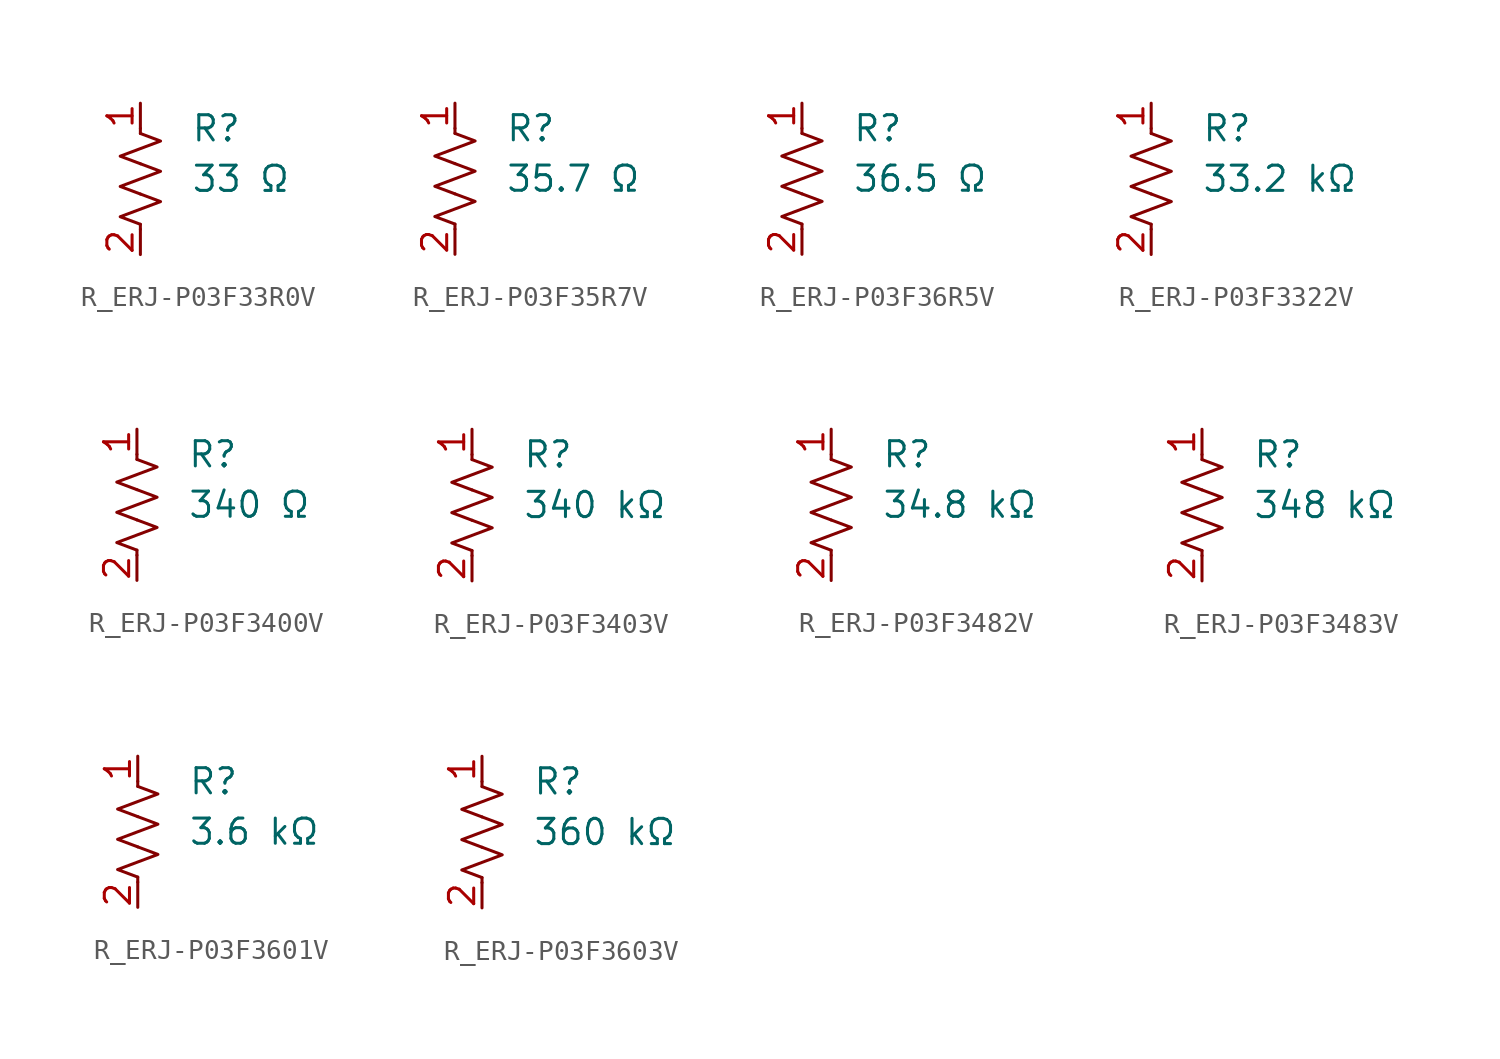
<source format=kicad_sym>
(kicad_symbol_lib
  (version 20231120)
  (generator "kicad_symbol_editor")
  (generator_version "8.0")
  (symbol "R_ERJ-P03F33R0V"
    (pin_names
      (offset 0.254))
    (property "Value" "33 Ω"
      (at 2.54 0 0)
      (effects (font (size 1.27 1.27)) (justify left)))
    (property "Reference" "R"
      (at 2.54 2.54 0)
      (effects (font (size 1.27 1.27)) (justify left)))
    (symbol "R_ERJ-P03F33R0V_0_1"
      (polyline (pts (xy 0 -2.286) (xy 0 -2.54)) (stroke (width 0) (type default)) (fill (type none)))
      (polyline (pts (xy 0 2.286) (xy 0 2.54)) (stroke (width 0) (type default)) (fill (type none)))
      (polyline (pts (xy 0 -0.762) (xy 1.016 -1.143) (xy 0 -1.524) (xy -1.016 -1.905) (xy 0 -2.286)) (stroke (width 0) (type default)) (fill (type none)))
      (polyline (pts (xy 0 0.762) (xy 1.016 0.381) (xy 0 0) (xy -1.016 -0.381) (xy 0 -0.762)) (stroke (width 0) (type default)) (fill (type none)))
      (polyline (pts (xy 0 2.286) (xy 1.016 1.905) (xy 0 1.524) (xy -1.016 1.143) (xy 0 0.762)) (stroke (width 0) (type default)) (fill (type none))))
    (symbol "R_ERJ-P03F33R0V_1_1"
      (pin passive line (at 0 3.81 270) (length 1.27) (name "~" (effects (font (size 1.27 1.27)))) (number "1" (effects (font (size 1.27 1.27)))))
      (pin passive line (at 0 -3.81 90) (length 1.27) (name "~" (effects (font (size 1.27 1.27)))) (number "2" (effects (font (size 1.27 1.27)))))))
  (symbol "R_ERJ-P03F35R7V"
    (pin_names
      (offset 0.254))
    (property "Value" "35.7 Ω"
      (at 2.54 0 0)
      (effects (font (size 1.27 1.27)) (justify left)))
    (property "Reference" "R"
      (at 2.54 2.54 0)
      (effects (font (size 1.27 1.27)) (justify left)))
    (symbol "R_ERJ-P03F35R7V_0_1"
      (polyline (pts (xy 0 -2.286) (xy 0 -2.54)) (stroke (width 0) (type default)) (fill (type none)))
      (polyline (pts (xy 0 2.286) (xy 0 2.54)) (stroke (width 0) (type default)) (fill (type none)))
      (polyline (pts (xy 0 -0.762) (xy 1.016 -1.143) (xy 0 -1.524) (xy -1.016 -1.905) (xy 0 -2.286)) (stroke (width 0) (type default)) (fill (type none)))
      (polyline (pts (xy 0 0.762) (xy 1.016 0.381) (xy 0 0) (xy -1.016 -0.381) (xy 0 -0.762)) (stroke (width 0) (type default)) (fill (type none)))
      (polyline (pts (xy 0 2.286) (xy 1.016 1.905) (xy 0 1.524) (xy -1.016 1.143) (xy 0 0.762)) (stroke (width 0) (type default)) (fill (type none))))
    (symbol "R_ERJ-P03F35R7V_1_1"
      (pin passive line (at 0 3.81 270) (length 1.27) (name "~" (effects (font (size 1.27 1.27)))) (number "1" (effects (font (size 1.27 1.27)))))
      (pin passive line (at 0 -3.81 90) (length 1.27) (name "~" (effects (font (size 1.27 1.27)))) (number "2" (effects (font (size 1.27 1.27)))))))
  (symbol "R_ERJ-P03F36R5V"
    (pin_names
      (offset 0.254))
    (property "Value" "36.5 Ω"
      (at 2.54 0 0)
      (effects (font (size 1.27 1.27)) (justify left)))
    (property "Reference" "R"
      (at 2.54 2.54 0)
      (effects (font (size 1.27 1.27)) (justify left)))
    (symbol "R_ERJ-P03F36R5V_0_1"
      (polyline (pts (xy 0 -2.286) (xy 0 -2.54)) (stroke (width 0) (type default)) (fill (type none)))
      (polyline (pts (xy 0 2.286) (xy 0 2.54)) (stroke (width 0) (type default)) (fill (type none)))
      (polyline (pts (xy 0 -0.762) (xy 1.016 -1.143) (xy 0 -1.524) (xy -1.016 -1.905) (xy 0 -2.286)) (stroke (width 0) (type default)) (fill (type none)))
      (polyline (pts (xy 0 0.762) (xy 1.016 0.381) (xy 0 0) (xy -1.016 -0.381) (xy 0 -0.762)) (stroke (width 0) (type default)) (fill (type none)))
      (polyline (pts (xy 0 2.286) (xy 1.016 1.905) (xy 0 1.524) (xy -1.016 1.143) (xy 0 0.762)) (stroke (width 0) (type default)) (fill (type none))))
    (symbol "R_ERJ-P03F36R5V_1_1"
      (pin passive line (at 0 3.81 270) (length 1.27) (name "~" (effects (font (size 1.27 1.27)))) (number "1" (effects (font (size 1.27 1.27)))))
      (pin passive line (at 0 -3.81 90) (length 1.27) (name "~" (effects (font (size 1.27 1.27)))) (number "2" (effects (font (size 1.27 1.27)))))))
  (symbol "R_ERJ-P03F3322V"
    (pin_names
      (offset 0.254))
    (property "Value" "33.2 kΩ"
      (at 2.54 0 0)
      (effects (font (size 1.27 1.27)) (justify left)))
    (property "Reference" "R"
      (at 2.54 2.54 0)
      (effects (font (size 1.27 1.27)) (justify left)))
    (symbol "R_ERJ-P03F3322V_0_1"
      (polyline (pts (xy 0 -2.286) (xy 0 -2.54)) (stroke (width 0) (type default)) (fill (type none)))
      (polyline (pts (xy 0 2.286) (xy 0 2.54)) (stroke (width 0) (type default)) (fill (type none)))
      (polyline (pts (xy 0 -0.762) (xy 1.016 -1.143) (xy 0 -1.524) (xy -1.016 -1.905) (xy 0 -2.286)) (stroke (width 0) (type default)) (fill (type none)))
      (polyline (pts (xy 0 0.762) (xy 1.016 0.381) (xy 0 0) (xy -1.016 -0.381) (xy 0 -0.762)) (stroke (width 0) (type default)) (fill (type none)))
      (polyline (pts (xy 0 2.286) (xy 1.016 1.905) (xy 0 1.524) (xy -1.016 1.143) (xy 0 0.762)) (stroke (width 0) (type default)) (fill (type none))))
    (symbol "R_ERJ-P03F3322V_1_1"
      (pin passive line (at 0 3.81 270) (length 1.27) (name "~" (effects (font (size 1.27 1.27)))) (number "1" (effects (font (size 1.27 1.27)))))
      (pin passive line (at 0 -3.81 90) (length 1.27) (name "~" (effects (font (size 1.27 1.27)))) (number "2" (effects (font (size 1.27 1.27)))))))
  (symbol "R_ERJ-P03F3400V"
    (pin_names
      (offset 0.254))
    (property "Value" "340 Ω"
      (at 2.54 0 0)
      (effects (font (size 1.27 1.27)) (justify left)))
    (property "Reference" "R"
      (at 2.54 2.54 0)
      (effects (font (size 1.27 1.27)) (justify left)))
    (symbol "R_ERJ-P03F3400V_0_1"
      (polyline (pts (xy 0 -2.286) (xy 0 -2.54)) (stroke (width 0) (type default)) (fill (type none)))
      (polyline (pts (xy 0 2.286) (xy 0 2.54)) (stroke (width 0) (type default)) (fill (type none)))
      (polyline (pts (xy 0 -0.762) (xy 1.016 -1.143) (xy 0 -1.524) (xy -1.016 -1.905) (xy 0 -2.286)) (stroke (width 0) (type default)) (fill (type none)))
      (polyline (pts (xy 0 0.762) (xy 1.016 0.381) (xy 0 0) (xy -1.016 -0.381) (xy 0 -0.762)) (stroke (width 0) (type default)) (fill (type none)))
      (polyline (pts (xy 0 2.286) (xy 1.016 1.905) (xy 0 1.524) (xy -1.016 1.143) (xy 0 0.762)) (stroke (width 0) (type default)) (fill (type none))))
    (symbol "R_ERJ-P03F3400V_1_1"
      (pin passive line (at 0 3.81 270) (length 1.27) (name "~" (effects (font (size 1.27 1.27)))) (number "1" (effects (font (size 1.27 1.27)))))
      (pin passive line (at 0 -3.81 90) (length 1.27) (name "~" (effects (font (size 1.27 1.27)))) (number "2" (effects (font (size 1.27 1.27)))))))
  (symbol "R_ERJ-P03F3403V"
    (pin_names
      (offset 0.254))
    (property "Value" "340 kΩ"
      (at 2.54 0 0)
      (effects (font (size 1.27 1.27)) (justify left)))
    (property "Reference" "R"
      (at 2.54 2.54 0)
      (effects (font (size 1.27 1.27)) (justify left)))
    (symbol "R_ERJ-P03F3403V_0_1"
      (polyline (pts (xy 0 -2.286) (xy 0 -2.54)) (stroke (width 0) (type default)) (fill (type none)))
      (polyline (pts (xy 0 2.286) (xy 0 2.54)) (stroke (width 0) (type default)) (fill (type none)))
      (polyline (pts (xy 0 -0.762) (xy 1.016 -1.143) (xy 0 -1.524) (xy -1.016 -1.905) (xy 0 -2.286)) (stroke (width 0) (type default)) (fill (type none)))
      (polyline (pts (xy 0 0.762) (xy 1.016 0.381) (xy 0 0) (xy -1.016 -0.381) (xy 0 -0.762)) (stroke (width 0) (type default)) (fill (type none)))
      (polyline (pts (xy 0 2.286) (xy 1.016 1.905) (xy 0 1.524) (xy -1.016 1.143) (xy 0 0.762)) (stroke (width 0) (type default)) (fill (type none))))
    (symbol "R_ERJ-P03F3403V_1_1"
      (pin passive line (at 0 3.81 270) (length 1.27) (name "~" (effects (font (size 1.27 1.27)))) (number "1" (effects (font (size 1.27 1.27)))))
      (pin passive line (at 0 -3.81 90) (length 1.27) (name "~" (effects (font (size 1.27 1.27)))) (number "2" (effects (font (size 1.27 1.27)))))))
  (symbol "R_ERJ-P03F3482V"
    (pin_names
      (offset 0.254))
    (property "Value" "34.8 kΩ"
      (at 2.54 0 0)
      (effects (font (size 1.27 1.27)) (justify left)))
    (property "Reference" "R"
      (at 2.54 2.54 0)
      (effects (font (size 1.27 1.27)) (justify left)))
    (symbol "R_ERJ-P03F3482V_0_1"
      (polyline (pts (xy 0 -2.286) (xy 0 -2.54)) (stroke (width 0) (type default)) (fill (type none)))
      (polyline (pts (xy 0 2.286) (xy 0 2.54)) (stroke (width 0) (type default)) (fill (type none)))
      (polyline (pts (xy 0 -0.762) (xy 1.016 -1.143) (xy 0 -1.524) (xy -1.016 -1.905) (xy 0 -2.286)) (stroke (width 0) (type default)) (fill (type none)))
      (polyline (pts (xy 0 0.762) (xy 1.016 0.381) (xy 0 0) (xy -1.016 -0.381) (xy 0 -0.762)) (stroke (width 0) (type default)) (fill (type none)))
      (polyline (pts (xy 0 2.286) (xy 1.016 1.905) (xy 0 1.524) (xy -1.016 1.143) (xy 0 0.762)) (stroke (width 0) (type default)) (fill (type none))))
    (symbol "R_ERJ-P03F3482V_1_1"
      (pin passive line (at 0 3.81 270) (length 1.27) (name "~" (effects (font (size 1.27 1.27)))) (number "1" (effects (font (size 1.27 1.27)))))
      (pin passive line (at 0 -3.81 90) (length 1.27) (name "~" (effects (font (size 1.27 1.27)))) (number "2" (effects (font (size 1.27 1.27)))))))
  (symbol "R_ERJ-P03F3483V"
    (pin_names
      (offset 0.254))
    (property "Value" "348 kΩ"
      (at 2.54 0 0)
      (effects (font (size 1.27 1.27)) (justify left)))
    (property "Reference" "R"
      (at 2.54 2.54 0)
      (effects (font (size 1.27 1.27)) (justify left)))
    (symbol "R_ERJ-P03F3483V_0_1"
      (polyline (pts (xy 0 -2.286) (xy 0 -2.54)) (stroke (width 0) (type default)) (fill (type none)))
      (polyline (pts (xy 0 2.286) (xy 0 2.54)) (stroke (width 0) (type default)) (fill (type none)))
      (polyline (pts (xy 0 -0.762) (xy 1.016 -1.143) (xy 0 -1.524) (xy -1.016 -1.905) (xy 0 -2.286)) (stroke (width 0) (type default)) (fill (type none)))
      (polyline (pts (xy 0 0.762) (xy 1.016 0.381) (xy 0 0) (xy -1.016 -0.381) (xy 0 -0.762)) (stroke (width 0) (type default)) (fill (type none)))
      (polyline (pts (xy 0 2.286) (xy 1.016 1.905) (xy 0 1.524) (xy -1.016 1.143) (xy 0 0.762)) (stroke (width 0) (type default)) (fill (type none))))
    (symbol "R_ERJ-P03F3483V_1_1"
      (pin passive line (at 0 3.81 270) (length 1.27) (name "~" (effects (font (size 1.27 1.27)))) (number "1" (effects (font (size 1.27 1.27)))))
      (pin passive line (at 0 -3.81 90) (length 1.27) (name "~" (effects (font (size 1.27 1.27)))) (number "2" (effects (font (size 1.27 1.27)))))))
  (symbol "R_ERJ-P03F3601V"
    (pin_names
      (offset 0.254))
    (property "Value" "3.6 kΩ"
      (at 2.54 0 0)
      (effects (font (size 1.27 1.27)) (justify left)))
    (property "Reference" "R"
      (at 2.54 2.54 0)
      (effects (font (size 1.27 1.27)) (justify left)))
    (symbol "R_ERJ-P03F3601V_0_1"
      (polyline (pts (xy 0 -2.286) (xy 0 -2.54)) (stroke (width 0) (type default)) (fill (type none)))
      (polyline (pts (xy 0 2.286) (xy 0 2.54)) (stroke (width 0) (type default)) (fill (type none)))
      (polyline (pts (xy 0 -0.762) (xy 1.016 -1.143) (xy 0 -1.524) (xy -1.016 -1.905) (xy 0 -2.286)) (stroke (width 0) (type default)) (fill (type none)))
      (polyline (pts (xy 0 0.762) (xy 1.016 0.381) (xy 0 0) (xy -1.016 -0.381) (xy 0 -0.762)) (stroke (width 0) (type default)) (fill (type none)))
      (polyline (pts (xy 0 2.286) (xy 1.016 1.905) (xy 0 1.524) (xy -1.016 1.143) (xy 0 0.762)) (stroke (width 0) (type default)) (fill (type none))))
    (symbol "R_ERJ-P03F3601V_1_1"
      (pin passive line (at 0 3.81 270) (length 1.27) (name "~" (effects (font (size 1.27 1.27)))) (number "1" (effects (font (size 1.27 1.27)))))
      (pin passive line (at 0 -3.81 90) (length 1.27) (name "~" (effects (font (size 1.27 1.27)))) (number "2" (effects (font (size 1.27 1.27)))))))
  (symbol "R_ERJ-P03F3603V"
    (pin_names
      (offset 0.254))
    (property "Value" "360 kΩ"
      (at 2.54 0 0)
      (effects (font (size 1.27 1.27)) (justify left)))
    (property "Reference" "R"
      (at 2.54 2.54 0)
      (effects (font (size 1.27 1.27)) (justify left)))
    (symbol "R_ERJ-P03F3603V_0_1"
      (polyline (pts (xy 0 -2.286) (xy 0 -2.54)) (stroke (width 0) (type default)) (fill (type none)))
      (polyline (pts (xy 0 2.286) (xy 0 2.54)) (stroke (width 0) (type default)) (fill (type none)))
      (polyline (pts (xy 0 -0.762) (xy 1.016 -1.143) (xy 0 -1.524) (xy -1.016 -1.905) (xy 0 -2.286)) (stroke (width 0) (type default)) (fill (type none)))
      (polyline (pts (xy 0 0.762) (xy 1.016 0.381) (xy 0 0) (xy -1.016 -0.381) (xy 0 -0.762)) (stroke (width 0) (type default)) (fill (type none)))
      (polyline (pts (xy 0 2.286) (xy 1.016 1.905) (xy 0 1.524) (xy -1.016 1.143) (xy 0 0.762)) (stroke (width 0) (type default)) (fill (type none))))
    (symbol "R_ERJ-P03F3603V_1_1"
      (pin passive line (at 0 3.81 270) (length 1.27) (name "~" (effects (font (size 1.27 1.27)))) (number "1" (effects (font (size 1.27 1.27)))))
      (pin passive line (at 0 -3.81 90) (length 1.27) (name "~" (effects (font (size 1.27 1.27)))) (number "2" (effects (font (size 1.27 1.27))))))))
</source>
